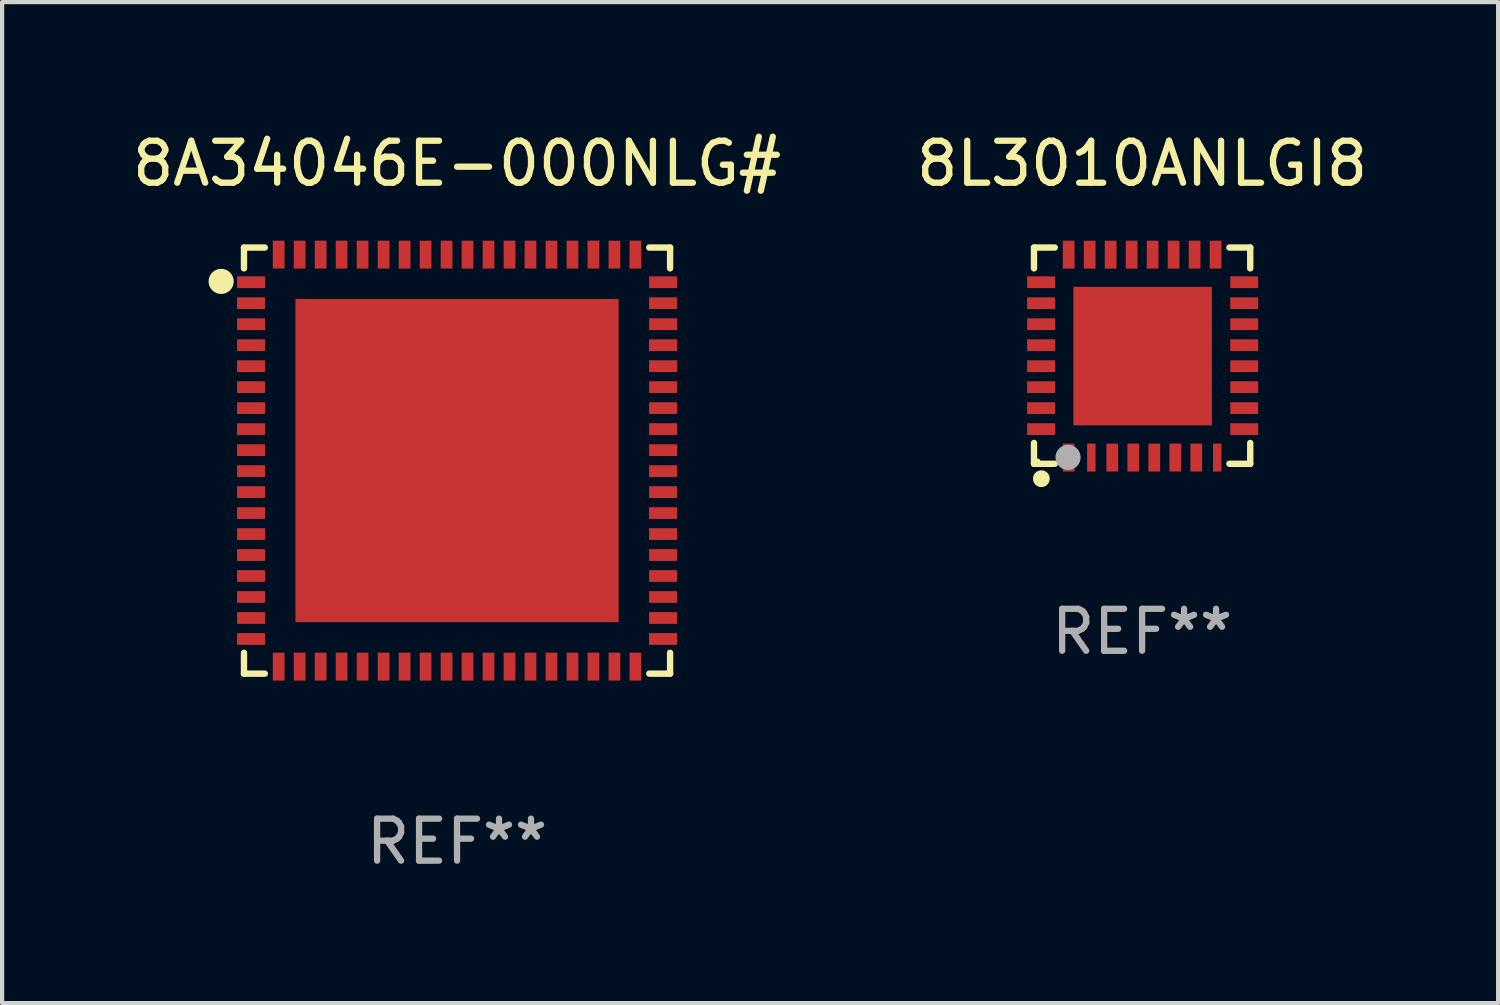
<source format=kicad_pcb>
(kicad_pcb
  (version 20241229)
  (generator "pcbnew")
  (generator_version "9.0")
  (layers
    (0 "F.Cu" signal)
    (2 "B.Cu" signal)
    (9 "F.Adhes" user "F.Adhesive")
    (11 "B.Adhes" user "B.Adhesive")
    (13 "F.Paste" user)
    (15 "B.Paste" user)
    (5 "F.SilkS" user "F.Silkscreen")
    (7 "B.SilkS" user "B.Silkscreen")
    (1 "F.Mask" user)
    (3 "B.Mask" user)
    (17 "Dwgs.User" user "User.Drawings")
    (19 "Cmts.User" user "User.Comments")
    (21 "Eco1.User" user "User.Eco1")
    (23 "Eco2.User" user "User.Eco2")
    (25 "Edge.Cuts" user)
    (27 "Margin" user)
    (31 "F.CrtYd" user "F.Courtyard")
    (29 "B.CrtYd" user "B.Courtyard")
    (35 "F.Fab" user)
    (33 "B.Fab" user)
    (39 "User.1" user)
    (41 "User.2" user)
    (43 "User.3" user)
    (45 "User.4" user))
  (footprint "8A34046E-000NLG#"
    (layer "F.Cu")
    (at 7.839 7.924)
    (property "Reference" "8A34046E-000NLG#" (at 0 -7.076 0) (layer "F.SilkS") (effects (font (size 1 1) (thickness 0.15))))
    (attr through_hole)
    (fp_line (start -5.076 -5.076) (end -5.076 -4.58) (stroke (width 0.152) (type solid)) (layer "F.SilkS"))
    (fp_line (start -5.076 5.076) (end -5.076 4.58) (stroke (width 0.152) (type solid)) (layer "F.SilkS"))
    (fp_line (start -4.58 -5.076) (end -5.076 -5.076) (stroke (width 0.152) (type solid)) (layer "F.SilkS"))
    (fp_line (start -4.58 5.076) (end -5.076 5.076) (stroke (width 0.152) (type solid)) (layer "F.SilkS"))
    (fp_line (start 4.58 -5.076) (end 5.076 -5.076) (stroke (width 0.152) (type solid)) (layer "F.SilkS"))
    (fp_line (start 4.58 5.076) (end 5.076 5.076) (stroke (width 0.152) (type solid)) (layer "F.SilkS"))
    (fp_line (start 5.076 -5.076) (end 5.076 -4.58) (stroke (width 0.152) (type solid)) (layer "F.SilkS"))
    (fp_line (start 5.076 5.076) (end 5.076 4.58) (stroke (width 0.152) (type solid)) (layer "F.SilkS"))
    (fp_circle (center -5.62 -4.27) (end -5.47 -4.27) (stroke (width 0.3) (type solid)) (fill no) (layer "F.SilkS"))
    (fp_text user "REF**" (at 0 9.076 0) (layer "F.Fab") (effects (font (size 1 1) (thickness 0.15))))
    (pad "1" smd rect (at -4.908 -4.25 270) (size 0.28 0.665) (layers "F.Cu" "F.Mask" "F.Paste"))
    (pad "2" smd rect (at -4.908 -3.75 270) (size 0.28 0.665) (layers "F.Cu" "F.Mask" "F.Paste"))
    (pad "3" smd rect (at -4.908 -3.25 270) (size 0.28 0.665) (layers "F.Cu" "F.Mask" "F.Paste"))
    (pad "4" smd rect (at -4.908 -2.75 270) (size 0.28 0.665) (layers "F.Cu" "F.Mask" "F.Paste"))
    (pad "5" smd rect (at -4.908 -2.25 270) (size 0.28 0.665) (layers "F.Cu" "F.Mask" "F.Paste"))
    (pad "6" smd rect (at -4.908 -1.75 270) (size 0.28 0.665) (layers "F.Cu" "F.Mask" "F.Paste"))
    (pad "7" smd rect (at -4.908 -1.25 270) (size 0.28 0.665) (layers "F.Cu" "F.Mask" "F.Paste"))
    (pad "8" smd rect (at -4.908 -0.75 270) (size 0.28 0.665) (layers "F.Cu" "F.Mask" "F.Paste"))
    (pad "9" smd rect (at -4.908 -0.25 270) (size 0.28 0.665) (layers "F.Cu" "F.Mask" "F.Paste"))
    (pad "10" smd rect (at -4.908 0.25 270) (size 0.28 0.665) (layers "F.Cu" "F.Mask" "F.Paste"))
    (pad "11" smd rect (at -4.908 0.75 270) (size 0.28 0.665) (layers "F.Cu" "F.Mask" "F.Paste"))
    (pad "12" smd rect (at -4.908 1.25 270) (size 0.28 0.665) (layers "F.Cu" "F.Mask" "F.Paste"))
    (pad "13" smd rect (at -4.908 1.75 270) (size 0.28 0.665) (layers "F.Cu" "F.Mask" "F.Paste"))
    (pad "14" smd rect (at -4.908 2.25 270) (size 0.28 0.665) (layers "F.Cu" "F.Mask" "F.Paste"))
    (pad "15" smd rect (at -4.908 2.75 270) (size 0.28 0.665) (layers "F.Cu" "F.Mask" "F.Paste"))
    (pad "16" smd rect (at -4.908 3.25 270) (size 0.28 0.665) (layers "F.Cu" "F.Mask" "F.Paste"))
    (pad "17" smd rect (at -4.908 3.75 270) (size 0.28 0.665) (layers "F.Cu" "F.Mask" "F.Paste"))
    (pad "18" smd rect (at -4.908 4.25 270) (size 0.28 0.665) (layers "F.Cu" "F.Mask" "F.Paste"))
    (pad "19" smd rect (at -4.25 4.908 270) (size 0.665 0.28) (layers "F.Cu" "F.Mask" "F.Paste"))
    (pad "20" smd rect (at -3.75 4.908 270) (size 0.665 0.28) (layers "F.Cu" "F.Mask" "F.Paste"))
    (pad "21" smd rect (at -3.25 4.908 270) (size 0.665 0.28) (layers "F.Cu" "F.Mask" "F.Paste"))
    (pad "22" smd rect (at -2.75 4.908 270) (size 0.665 0.28) (layers "F.Cu" "F.Mask" "F.Paste"))
    (pad "23" smd rect (at -2.25 4.908 270) (size 0.665 0.28) (layers "F.Cu" "F.Mask" "F.Paste"))
    (pad "24" smd rect (at -1.75 4.908 270) (size 0.665 0.28) (layers "F.Cu" "F.Mask" "F.Paste"))
    (pad "25" smd rect (at -1.25 4.908 270) (size 0.665 0.28) (layers "F.Cu" "F.Mask" "F.Paste"))
    (pad "26" smd rect (at -0.75 4.908 270) (size 0.665 0.28) (layers "F.Cu" "F.Mask" "F.Paste"))
    (pad "27" smd rect (at -0.25 4.908 270) (size 0.665 0.28) (layers "F.Cu" "F.Mask" "F.Paste"))
    (pad "28" smd rect (at 0.25 4.908 270) (size 0.665 0.28) (layers "F.Cu" "F.Mask" "F.Paste"))
    (pad "29" smd rect (at 0.75 4.908 270) (size 0.665 0.28) (layers "F.Cu" "F.Mask" "F.Paste"))
    (pad "30" smd rect (at 1.25 4.908 270) (size 0.665 0.28) (layers "F.Cu" "F.Mask" "F.Paste"))
    (pad "31" smd rect (at 1.75 4.908 270) (size 0.665 0.28) (layers "F.Cu" "F.Mask" "F.Paste"))
    (pad "32" smd rect (at 2.25 4.908 270) (size 0.665 0.28) (layers "F.Cu" "F.Mask" "F.Paste"))
    (pad "33" smd rect (at 2.75 4.908 270) (size 0.665 0.28) (layers "F.Cu" "F.Mask" "F.Paste"))
    (pad "34" smd rect (at 3.25 4.908 270) (size 0.665 0.28) (layers "F.Cu" "F.Mask" "F.Paste"))
    (pad "35" smd rect (at 3.75 4.908 270) (size 0.665 0.28) (layers "F.Cu" "F.Mask" "F.Paste"))
    (pad "36" smd rect (at 4.25 4.908 270) (size 0.665 0.28) (layers "F.Cu" "F.Mask" "F.Paste"))
    (pad "37" smd rect (at 4.908 4.25 270) (size 0.28 0.665) (layers "F.Cu" "F.Mask" "F.Paste"))
    (pad "38" smd rect (at 4.908 3.75 270) (size 0.28 0.665) (layers "F.Cu" "F.Mask" "F.Paste"))
    (pad "39" smd rect (at 4.908 3.25 270) (size 0.28 0.665) (layers "F.Cu" "F.Mask" "F.Paste"))
    (pad "40" smd rect (at 4.908 2.75 270) (size 0.28 0.665) (layers "F.Cu" "F.Mask" "F.Paste"))
    (pad "41" smd rect (at 4.908 2.25 270) (size 0.28 0.665) (layers "F.Cu" "F.Mask" "F.Paste"))
    (pad "42" smd rect (at 4.908 1.75 270) (size 0.28 0.665) (layers "F.Cu" "F.Mask" "F.Paste"))
    (pad "43" smd rect (at 4.908 1.25 270) (size 0.28 0.665) (layers "F.Cu" "F.Mask" "F.Paste"))
    (pad "44" smd rect (at 4.908 0.75 270) (size 0.28 0.665) (layers "F.Cu" "F.Mask" "F.Paste"))
    (pad "45" smd rect (at 4.908 0.25 270) (size 0.28 0.665) (layers "F.Cu" "F.Mask" "F.Paste"))
    (pad "46" smd rect (at 4.908 -0.25 270) (size 0.28 0.665) (layers "F.Cu" "F.Mask" "F.Paste"))
    (pad "47" smd rect (at 4.908 -0.75 270) (size 0.28 0.665) (layers "F.Cu" "F.Mask" "F.Paste"))
    (pad "48" smd rect (at 4.908 -1.25 270) (size 0.28 0.665) (layers "F.Cu" "F.Mask" "F.Paste"))
    (pad "49" smd rect (at 4.908 -1.75 270) (size 0.28 0.665) (layers "F.Cu" "F.Mask" "F.Paste"))
    (pad "50" smd rect (at 4.908 -2.25 270) (size 0.28 0.665) (layers "F.Cu" "F.Mask" "F.Paste"))
    (pad "51" smd rect (at 4.908 -2.75 270) (size 0.28 0.665) (layers "F.Cu" "F.Mask" "F.Paste"))
    (pad "52" smd rect (at 4.908 -3.25 270) (size 0.28 0.665) (layers "F.Cu" "F.Mask" "F.Paste"))
    (pad "53" smd rect (at 4.908 -3.75 270) (size 0.28 0.665) (layers "F.Cu" "F.Mask" "F.Paste"))
    (pad "54" smd rect (at 4.908 -4.25 270) (size 0.28 0.665) (layers "F.Cu" "F.Mask" "F.Paste"))
    (pad "55" smd rect (at 4.25 -4.908 270) (size 0.665 0.28) (layers "F.Cu" "F.Mask" "F.Paste"))
    (pad "56" smd rect (at 3.75 -4.908 270) (size 0.665 0.28) (layers "F.Cu" "F.Mask" "F.Paste"))
    (pad "57" smd rect (at 3.25 -4.908 270) (size 0.665 0.28) (layers "F.Cu" "F.Mask" "F.Paste"))
    (pad "58" smd rect (at 2.75 -4.908 270) (size 0.665 0.28) (layers "F.Cu" "F.Mask" "F.Paste"))
    (pad "59" smd rect (at 2.25 -4.908 270) (size 0.665 0.28) (layers "F.Cu" "F.Mask" "F.Paste"))
    (pad "60" smd rect (at 1.75 -4.908 270) (size 0.665 0.28) (layers "F.Cu" "F.Mask" "F.Paste"))
    (pad "61" smd rect (at 1.25 -4.908 270) (size 0.665 0.28) (layers "F.Cu" "F.Mask" "F.Paste"))
    (pad "62" smd rect (at 0.75 -4.908 270) (size 0.665 0.28) (layers "F.Cu" "F.Mask" "F.Paste"))
    (pad "63" smd rect (at 0.25 -4.908 270) (size 0.665 0.28) (layers "F.Cu" "F.Mask" "F.Paste"))
    (pad "64" smd rect (at -0.25 -4.908 270) (size 0.665 0.28) (layers "F.Cu" "F.Mask" "F.Paste"))
    (pad "65" smd rect (at -0.75 -4.908 270) (size 0.665 0.28) (layers "F.Cu" "F.Mask" "F.Paste"))
    (pad "66" smd rect (at -1.25 -4.908 270) (size 0.665 0.28) (layers "F.Cu" "F.Mask" "F.Paste"))
    (pad "67" smd rect (at -1.75 -4.908 270) (size 0.665 0.28) (layers "F.Cu" "F.Mask" "F.Paste"))
    (pad "68" smd rect (at -2.25 -4.908 270) (size 0.665 0.28) (layers "F.Cu" "F.Mask" "F.Paste"))
    (pad "69" smd rect (at -2.75 -4.908 270) (size 0.665 0.28) (layers "F.Cu" "F.Mask" "F.Paste"))
    (pad "70" smd rect (at -3.25 -4.908 270) (size 0.665 0.28) (layers "F.Cu" "F.Mask" "F.Paste"))
    (pad "71" smd rect (at -3.75 -4.908 270) (size 0.665 0.28) (layers "F.Cu" "F.Mask" "F.Paste"))
    (pad "72" smd rect (at -4.25 -4.908 270) (size 0.665 0.28) (layers "F.Cu" "F.Mask" "F.Paste"))
    (pad "73" smd rect (at 0 0 270) (size 7.7 7.7) (layers "F.Cu" "F.Mask" "F.Paste")))
  (footprint "8L3010ANLGI8"
    (layer "F.Cu")
    (at 24.161 5.424)
    (property "Reference" "8L3010ANLGI8" (at 0 -4.576 0) (layer "F.SilkS") (effects (font (size 1 1) (thickness 0.15))))
    (attr through_hole)
    (fp_line (start -2.576 -2.576) (end -2.576 -2.08) (stroke (width 0.152) (type solid)) (layer "F.SilkS"))
    (fp_line (start -2.576 2.576) (end -2.576 2.08) (stroke (width 0.152) (type solid)) (layer "F.SilkS"))
    (fp_line (start -2.08 -2.576) (end -2.576 -2.576) (stroke (width 0.152) (type solid)) (layer "F.SilkS"))
    (fp_line (start -2.08 2.576) (end -2.576 2.576) (stroke (width 0.152) (type solid)) (layer "F.SilkS"))
    (fp_line (start 2.08 -2.576) (end 2.576 -2.576) (stroke (width 0.152) (type solid)) (layer "F.SilkS"))
    (fp_line (start 2.08 2.576) (end 2.576 2.576) (stroke (width 0.152) (type solid)) (layer "F.SilkS"))
    (fp_line (start 2.576 -2.576) (end 2.576 -2.08) (stroke (width 0.152) (type solid)) (layer "F.SilkS"))
    (fp_line (start 2.576 2.576) (end 2.576 2.08) (stroke (width 0.152) (type solid)) (layer "F.SilkS"))
    (fp_circle (center -2.487 2.51) (end -2.457 2.51) (stroke (width 0.06) (type solid)) (fill no) (layer "F.SilkS"))
    (fp_circle (center -2.4 2.931) (end -2.3 2.931) (stroke (width 0.2) (type solid)) (fill no) (layer "F.SilkS"))
    (fp_circle (center -1.765 2.423) (end -1.615 2.423) (stroke (width 0.3) (type solid)) (fill no) (layer "F.Fab"))
    (fp_text user "REF**" (at 0 6.576 0) (layer "F.Fab") (effects (font (size 1 1) (thickness 0.15))))
    (pad "1" smd rect (at -1.75 2.428) (size 0.28 0.665) (layers "F.Cu" "F.Mask" "F.Paste"))
    (pad "2" smd rect (at -1.21 2.428) (size 0.2 0.665) (layers "F.Cu" "F.Mask" "F.Paste"))
    (pad "3" smd rect (at -0.71 2.428) (size 0.28 0.665) (layers "F.Cu" "F.Mask" "F.Paste"))
    (pad "4" smd rect (at -0.21 2.428) (size 0.28 0.665) (layers "F.Cu" "F.Mask" "F.Paste"))
    (pad "5" smd rect (at 0.29 2.428) (size 0.28 0.665) (layers "F.Cu" "F.Mask" "F.Paste"))
    (pad "6" smd rect (at 0.79 2.428) (size 0.28 0.665) (layers "F.Cu" "F.Mask" "F.Paste"))
    (pad "7" smd rect (at 1.29 2.428) (size 0.28 0.665) (layers "F.Cu" "F.Mask" "F.Paste"))
    (pad "8" smd rect (at 1.79 2.428) (size 0.2 0.665) (layers "F.Cu" "F.Mask" "F.Paste"))
    (pad "9" smd rect (at 2.433 1.75) (size 0.665 0.28) (layers "F.Cu" "F.Mask" "F.Paste"))
    (pad "10" smd rect (at 2.433 1.25) (size 0.665 0.28) (layers "F.Cu" "F.Mask" "F.Paste"))
    (pad "11" smd rect (at 2.433 0.75) (size 0.665 0.28) (layers "F.Cu" "F.Mask" "F.Paste"))
    (pad "12" smd rect (at 2.433 0.25) (size 0.665 0.28) (layers "F.Cu" "F.Mask" "F.Paste"))
    (pad "13" smd rect (at 2.433 -0.25) (size 0.665 0.28) (layers "F.Cu" "F.Mask" "F.Paste"))
    (pad "14" smd rect (at 2.433 -0.75) (size 0.665 0.28) (layers "F.Cu" "F.Mask" "F.Paste"))
    (pad "15" smd rect (at 2.433 -1.25) (size 0.665 0.28) (layers "F.Cu" "F.Mask" "F.Paste"))
    (pad "16" smd rect (at 2.433 -1.75) (size 0.665 0.28) (layers "F.Cu" "F.Mask" "F.Paste"))
    (pad "17" smd rect (at 1.75 -2.407) (size 0.28 0.665) (layers "F.Cu" "F.Mask" "F.Paste"))
    (pad "18" smd rect (at 1.25 -2.407) (size 0.28 0.665) (layers "F.Cu" "F.Mask" "F.Paste"))
    (pad "19" smd rect (at 0.75 -2.407) (size 0.28 0.665) (layers "F.Cu" "F.Mask" "F.Paste"))
    (pad "20" smd rect (at 0.25 -2.407) (size 0.28 0.665) (layers "F.Cu" "F.Mask" "F.Paste"))
    (pad "21" smd rect (at -0.25 -2.407) (size 0.28 0.665) (layers "F.Cu" "F.Mask" "F.Paste"))
    (pad "22" smd rect (at -0.75 -2.407) (size 0.28 0.665) (layers "F.Cu" "F.Mask" "F.Paste"))
    (pad "23" smd rect (at -1.25 -2.407) (size 0.28 0.665) (layers "F.Cu" "F.Mask" "F.Paste"))
    (pad "24" smd rect (at -1.75 -2.407) (size 0.28 0.665) (layers "F.Cu" "F.Mask" "F.Paste"))
    (pad "25" smd rect (at -2.407 -1.75) (size 0.665 0.28) (layers "F.Cu" "F.Mask" "F.Paste"))
    (pad "26" smd rect (at -2.407 -1.25) (size 0.665 0.28) (layers "F.Cu" "F.Mask" "F.Paste"))
    (pad "27" smd rect (at -2.407 -0.75) (size 0.665 0.28) (layers "F.Cu" "F.Mask" "F.Paste"))
    (pad "28" smd rect (at -2.407 -0.25) (size 0.665 0.28) (layers "F.Cu" "F.Mask" "F.Paste"))
    (pad "29" smd rect (at -2.407 0.25) (size 0.665 0.28) (layers "F.Cu" "F.Mask" "F.Paste"))
    (pad "30" smd rect (at -2.407 0.75) (size 0.665 0.28) (layers "F.Cu" "F.Mask" "F.Paste"))
    (pad "31" smd rect (at -2.407 1.25) (size 0.665 0.28) (layers "F.Cu" "F.Mask" "F.Paste"))
    (pad "32" smd rect (at -2.407 1.75) (size 0.665 0.28) (layers "F.Cu" "F.Mask" "F.Paste"))
    (pad "33" smd rect (at 0.013 0.01) (size 3.3 3.3) (layers "F.Cu" "F.Mask" "F.Paste")))
  (gr_rect
    (start -3 -3)
    (end 32.643 20.849)
    (stroke (width 0.1) (type default))
    (fill no)
    (layer "Edge.Cuts")))
</source>
